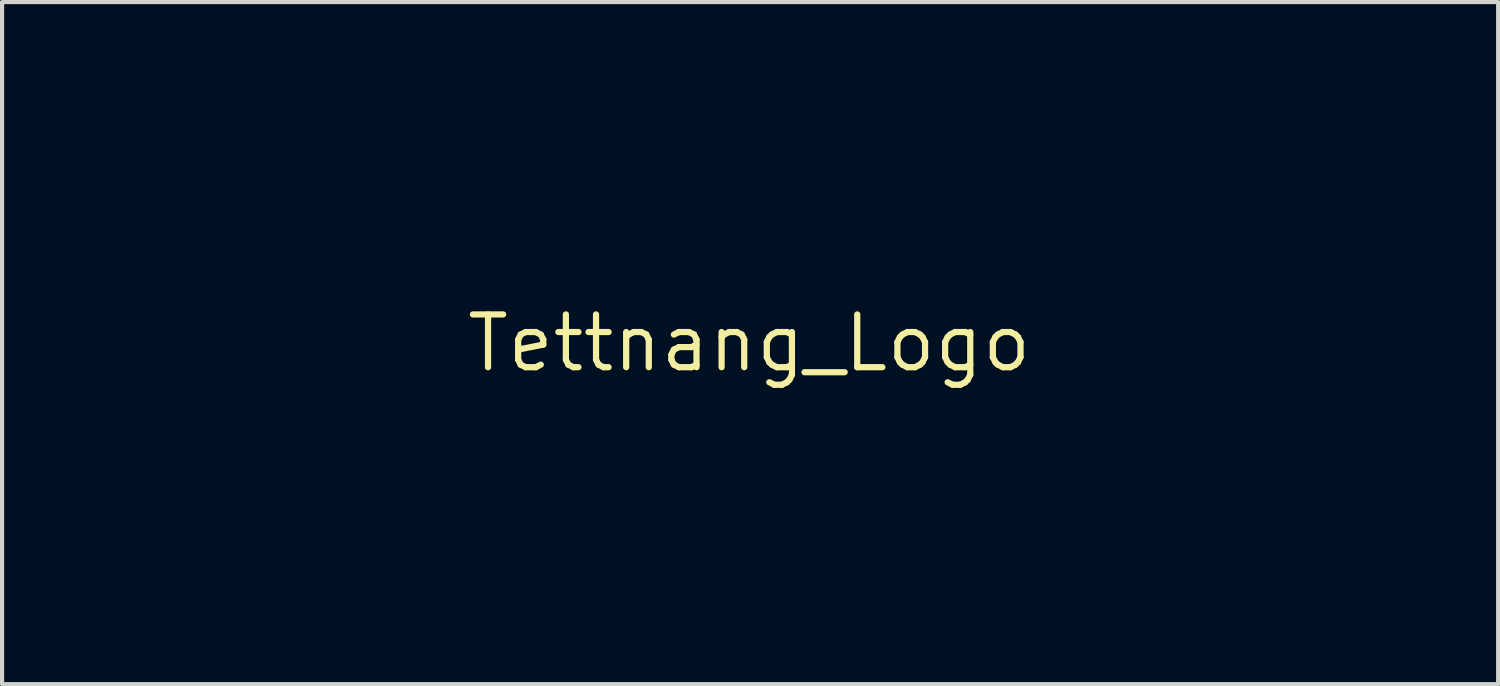
<source format=kicad_pcb>
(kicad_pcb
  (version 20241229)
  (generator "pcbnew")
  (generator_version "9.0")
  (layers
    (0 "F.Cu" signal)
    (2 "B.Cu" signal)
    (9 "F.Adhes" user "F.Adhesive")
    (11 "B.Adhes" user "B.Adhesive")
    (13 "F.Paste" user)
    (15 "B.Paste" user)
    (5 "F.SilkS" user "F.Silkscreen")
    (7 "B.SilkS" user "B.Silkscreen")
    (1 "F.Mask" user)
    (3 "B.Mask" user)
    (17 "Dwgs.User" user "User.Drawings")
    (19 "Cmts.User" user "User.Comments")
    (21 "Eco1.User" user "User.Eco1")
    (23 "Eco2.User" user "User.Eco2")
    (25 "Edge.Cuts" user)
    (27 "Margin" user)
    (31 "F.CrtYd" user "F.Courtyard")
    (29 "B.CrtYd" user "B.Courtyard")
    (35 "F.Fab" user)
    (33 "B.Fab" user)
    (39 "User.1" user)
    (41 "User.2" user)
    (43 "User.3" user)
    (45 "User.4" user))
  (footprint "Tettnang_Logo"
    (layer "F.Cu")
    (at 14.991 5.212)
    (property "Reference" "Tettnang_Logo" (at 0 0 0) (layer "F.SilkS") (effects (font (size 1.27 1.27) (thickness 0.15))))
    (attr through_hole)
    (fp_poly (pts (xy -1.82 1.524) (xy -2.074 1.524) (xy -2.074 0) (xy -1.82 0) (xy -1.82 1.524)) (stroke (width 0.01) (type solid)) (fill yes) (layer "B.Mask"))
    (fp_poly (pts (xy 7.535 1.524) (xy 7.281 1.524) (xy 7.281 -0.635) (xy 7.535 -0.635) (xy 7.535 1.524)) (stroke (width 0.01) (type solid)) (fill yes) (layer "B.Mask"))
    (fp_poly (pts (xy 4.784 2.921) (xy 4.276 2.921) (xy 4.276 4.572) (xy 3.641 4.572) (xy 3.641 2.921) (xy 3.09 2.921) (xy 3.09 2.413) (xy 4.784 2.413) (xy 4.784 2.921)) (stroke (width 0.01) (type solid)) (fill yes) (layer "B.Mask"))
    (fp_poly (pts (xy 6.773 2.921) (xy 6.223 2.921) (xy 6.223 4.53) (xy 5.63 4.53) (xy 5.63 2.921) (xy 5.038 2.921) (xy 5.038 2.371) (xy 6.773 2.371) (xy 6.773 2.921)) (stroke (width 0.01) (type solid)) (fill yes) (layer "B.Mask"))
    (fp_poly (pts (xy -1.862 -0.627) (xy -1.827 -0.585) (xy -1.82 -0.487) (xy -1.827 -0.387) (xy -1.863 -0.346) (xy -1.947 -0.339) (xy -2.033 -0.347) (xy -2.068 -0.389) (xy -2.074 -0.487) (xy -2.067 -0.586) (xy -2.031 -0.627) (xy -1.947 -0.635) (xy -1.862 -0.627)) (stroke (width 0.01) (type solid)) (fill yes) (layer "B.Mask"))
    (fp_poly (pts (xy -3.678 4.098) (xy -3.583 4.185) (xy -3.543 4.304) (xy -3.565 4.433) (xy -3.648 4.54) (xy -3.78 4.607) (xy -3.913 4.591) (xy -4.014 4.516) (xy -4.093 4.385) (xy -4.097 4.254) (xy -4.036 4.145) (xy -3.918 4.077) (xy -3.82 4.064) (xy -3.678 4.098)) (stroke (width 0.01) (type solid)) (fill yes) (layer "B.Mask"))
    (fp_poly (pts (xy 2.286 -0.017) (xy 2.393 0.019) (xy 2.487 0.049) (xy 2.537 0.047) (xy 2.54 0.04) (xy 2.577 0.012) (xy 2.665 0.000002) (xy 2.667 0) (xy 2.794 0) (xy 2.794 1.524) (xy 2.54 1.524) (xy 2.538 1.027) (xy 2.531 0.742) (xy 2.513 0.53) (xy 2.48 0.379) (xy 2.428 0.28) (xy 2.355 0.219) (xy 2.296 0.196) (xy 2.137 0.179) (xy 2.019 0.221) (xy 1.955 0.318) (xy 1.947 0.38) (xy 1.937 0.47) (xy 1.888 0.504) (xy 1.82 0.508) (xy 1.734 0.499) (xy 1.7 0.456) (xy 1.693 0.363) (xy 1.706 0.205) (xy 1.754 0.102) (xy 1.849 0.028) (xy 1.866 0.02) (xy 2.065 -0.037) (xy 2.286 -0.017)) (stroke (width 0.01) (type solid)) (fill yes) (layer "B.Mask"))
    (fp_poly (pts (xy 2.603 3.053) (xy 2.741 3.115) (xy 2.81 3.154) (xy 2.834 3.142) (xy 2.836 3.112) (xy 2.873 3.062) (xy 2.963 3.048) (xy 3.09 3.048) (xy 3.09 4.572) (xy 2.836 4.572) (xy 2.836 4.091) (xy 2.831 3.804) (xy 2.812 3.59) (xy 2.773 3.439) (xy 2.708 3.342) (xy 2.611 3.286) (xy 2.477 3.263) (xy 2.376 3.26) (xy 2.251 3.264) (xy 2.161 3.283) (xy 2.099 3.33) (xy 2.061 3.417) (xy 2.041 3.555) (xy 2.033 3.755) (xy 2.032 3.982) (xy 2.032 4.572) (xy 1.778 4.572) (xy 1.778 3.916) (xy 1.779 3.663) (xy 1.783 3.482) (xy 1.791 3.356) (xy 1.805 3.274) (xy 1.826 3.22) (xy 1.857 3.181) (xy 1.86 3.177) (xy 2.004 3.086) (xy 2.195 3.033) (xy 2.404 3.022) (xy 2.603 3.053)) (stroke (width 0.01) (type solid)) (fill yes) (layer "B.Mask"))
    (fp_poly (pts (xy -12.065 0.529) (xy -12.062 0.796) (xy -12.05 0.99) (xy -12.021 1.123) (xy -11.971 1.205) (xy -11.892 1.25) (xy -11.778 1.267) (xy -11.668 1.27) (xy -11.545 1.266) (xy -11.456 1.247) (xy -11.394 1.202) (xy -11.354 1.117) (xy -11.331 0.982) (xy -11.317 0.784) (xy -11.31 0.545) (xy -11.293 -0.042) (xy -11.049 -0.042) (xy -11.049 0.497) (xy -11.055 0.804) (xy -11.071 1.037) (xy -11.102 1.207) (xy -11.149 1.326) (xy -11.215 1.404) (xy -11.236 1.42) (xy -11.361 1.47) (xy -11.532 1.5) (xy -11.711 1.507) (xy -11.86 1.485) (xy -11.867 1.483) (xy -11.979 1.436) (xy -12.054 1.389) (xy -12.103 1.356) (xy -12.103 1.387) (xy -12.095 1.408) (xy -12.09 1.458) (xy -12.139 1.479) (xy -12.214 1.482) (xy -12.361 1.482) (xy -12.361 -0.042) (xy -12.065 -0.042) (xy -12.065 0.529)) (stroke (width 0.01) (type solid)) (fill yes) (layer "B.Mask"))
    (fp_poly (pts (xy -6.382 -0.034) (xy -6.244 -0.021) (xy -6.245 0.596) (xy -6.247 0.849) (xy -6.253 1.033) (xy -6.265 1.161) (xy -6.284 1.25) (xy -6.311 1.312) (xy -6.319 1.324) (xy -6.434 1.429) (xy -6.604 1.495) (xy -6.805 1.516) (xy -7.015 1.488) (xy -7.041 1.481) (xy -7.15 1.437) (xy -7.221 1.395) (xy -7.269 1.368) (xy -7.281 1.412) (xy -7.281 1.413) (xy -7.312 1.466) (xy -7.408 1.482) (xy -7.535 1.482) (xy -7.535 -0.042) (xy -7.281 -0.042) (xy -7.281 0.413) (xy -7.273 0.72) (xy -7.248 0.95) (xy -7.206 1.109) (xy -7.144 1.205) (xy -7.113 1.227) (xy -7.013 1.256) (xy -6.875 1.268) (xy -6.733 1.264) (xy -6.617 1.243) (xy -6.57 1.219) (xy -6.547 1.157) (xy -6.531 1.02) (xy -6.522 0.807) (xy -6.519 0.56) (xy -6.519 -0.048) (xy -6.382 -0.034)) (stroke (width 0.01) (type solid)) (fill yes) (layer "B.Mask"))
    (fp_poly (pts (xy -0.815 3.039) (xy -0.644 3.094) (xy -0.603 3.117) (xy -0.534 3.154) (xy -0.51 3.14) (xy -0.508 3.112) (xy -0.472 3.062) (xy -0.381 3.048) (xy -0.254 3.048) (xy -0.254 4.577) (xy -0.392 4.564) (xy -0.529 4.551) (xy -0.541 4.002) (xy -0.547 3.773) (xy -0.556 3.612) (xy -0.57 3.504) (xy -0.591 3.432) (xy -0.623 3.38) (xy -0.644 3.356) (xy -0.728 3.292) (xy -0.842 3.264) (xy -0.941 3.26) (xy -1.078 3.262) (xy -1.176 3.276) (xy -1.242 3.313) (xy -1.282 3.387) (xy -1.303 3.509) (xy -1.311 3.691) (xy -1.312 3.945) (xy -1.312 4.572) (xy -1.566 4.572) (xy -1.566 3.921) (xy -1.565 3.664) (xy -1.56 3.479) (xy -1.551 3.35) (xy -1.535 3.264) (xy -1.512 3.206) (xy -1.492 3.178) (xy -1.376 3.093) (xy -1.207 3.041) (xy -1.012 3.022) (xy -0.815 3.039)) (stroke (width 0.01) (type solid)) (fill yes) (layer "B.Mask"))
    (fp_poly (pts (xy -0.68 -0.01) (xy -0.555 0.026) (xy -0.527 0.044) (xy -0.464 0.081) (xy -0.435 0.054) (xy -0.434 0.053) (xy -0.384 0.017) (xy -0.285 0.000231) (xy -0.272 0) (xy -0.127 0) (xy -0.127 1.524) (xy -0.423 1.524) (xy -0.423 0.972) (xy -0.424 0.745) (xy -0.428 0.587) (xy -0.438 0.481) (xy -0.456 0.411) (xy -0.486 0.361) (xy -0.527 0.316) (xy -0.611 0.25) (xy -0.712 0.219) (xy -0.857 0.212) (xy -0.995 0.221) (xy -1.1 0.244) (xy -1.135 0.262) (xy -1.158 0.325) (xy -1.174 0.462) (xy -1.183 0.676) (xy -1.185 0.919) (xy -1.185 1.524) (xy -1.482 1.524) (xy -1.477 0.963) (xy -1.472 0.685) (xy -1.464 0.478) (xy -1.447 0.328) (xy -1.421 0.223) (xy -1.383 0.149) (xy -1.329 0.092) (xy -1.301 0.07) (xy -1.186 0.019) (xy -1.025 -0.012) (xy -0.847 -0.022) (xy -0.68 -0.01)) (stroke (width 0.01) (type solid)) (fill yes) (layer "B.Mask"))
    (fp_poly (pts (xy -5.073 -0.042) (xy -5.021 0.168) (xy -4.975 0.346) (xy -4.938 0.476) (xy -4.914 0.544) (xy -4.909 0.55) (xy -4.891 0.512) (xy -4.858 0.405) (xy -4.814 0.245) (xy -4.763 0.046) (xy -4.757 0.021) (xy -4.318 0.021) (xy -4.297 0.042) (xy -4.276 0.021) (xy -4.297 0) (xy -4.318 0.021) (xy -4.757 0.021) (xy -4.741 -0.042) (xy -4.597 -0.635) (xy -3.852 -0.635) (xy -3.852 1.524) (xy -4.318 1.524) (xy -4.322 0.836) (xy -4.325 0.148) (xy -4.464 0.656) (xy -4.523 0.871) (xy -4.579 1.075) (xy -4.625 1.243) (xy -4.654 1.346) (xy -4.703 1.528) (xy -4.919 1.516) (xy -5.134 1.503) (xy -5.293 0.91) (xy -5.351 0.692) (xy -5.403 0.497) (xy -5.444 0.344) (xy -5.469 0.249) (xy -5.473 0.233) (xy -5.48 0.244) (xy -5.487 0.328) (xy -5.492 0.472) (xy -5.497 0.666) (xy -5.498 0.836) (xy -5.503 1.524) (xy -5.969 1.524) (xy -5.969 -0.635) (xy -5.213 -0.635) (xy -5.073 -0.042)) (stroke (width 0.01) (type solid)) (fill yes) (layer "B.Mask"))
    (fp_poly (pts (xy 5.282 0.434) (xy 5.271 1.503) (xy 5.133 1.516) (xy 4.995 1.529) (xy 4.995 1.167) (xy 4.992 1.004) (xy 4.983 0.88) (xy 4.97 0.813) (xy 4.964 0.807) (xy 4.924 0.838) (xy 4.842 0.921) (xy 4.73 1.041) (xy 4.616 1.167) (xy 4.475 1.323) (xy 4.374 1.426) (xy 4.298 1.486) (xy 4.232 1.515) (xy 4.162 1.524) (xy 4.139 1.524) (xy 4.037 1.517) (xy 3.982 1.499) (xy 3.979 1.493) (xy 4.008 1.453) (xy 4.085 1.366) (xy 4.2 1.244) (xy 4.341 1.099) (xy 4.36 1.079) (xy 4.742 0.697) (xy 4.424 0.381) (xy 4.293 0.248) (xy 4.189 0.137) (xy 4.123 0.06) (xy 4.106 0.033) (xy 4.144 0.012) (xy 4.236 0.003) (xy 4.265 0.002) (xy 4.347 0.01) (xy 4.419 0.038) (xy 4.497 0.1) (xy 4.601 0.208) (xy 4.678 0.295) (xy 4.793 0.424) (xy 4.889 0.524) (xy 4.95 0.581) (xy 4.964 0.589) (xy 4.975 0.551) (xy 4.984 0.442) (xy 4.991 0.279) (xy 4.995 0.075) (xy 4.995 -0.021) (xy 4.995 -0.635) (xy 5.293 -0.635) (xy 5.282 0.434)) (stroke (width 0.01) (type solid)) (fill yes) (layer "B.Mask"))
    (fp_poly (pts (xy -2.455 1.524) (xy -2.709 1.524) (xy -2.709 1.164) (xy -2.713 1.002) (xy -2.722 0.877) (xy -2.735 0.811) (xy -2.741 0.805) (xy -2.78 0.835) (xy -2.862 0.916) (xy -2.975 1.036) (xy -3.09 1.164) (xy -3.231 1.321) (xy -3.333 1.424) (xy -3.409 1.485) (xy -3.475 1.514) (xy -3.545 1.523) (xy -3.567 1.523) (xy -3.669 1.517) (xy -3.723 1.501) (xy -3.725 1.497) (xy -3.698 1.457) (xy -3.622 1.37) (xy -3.51 1.248) (xy -3.373 1.103) (xy -3.365 1.096) (xy -3.227 0.95) (xy -3.114 0.825) (xy -3.036 0.733) (xy -3.006 0.689) (xy -3.006 0.688) (xy -3.034 0.646) (xy -3.11 0.559) (xy -3.221 0.442) (xy -3.302 0.36) (xy -3.428 0.232) (xy -3.527 0.125) (xy -3.587 0.053) (xy -3.598 0.033) (xy -3.561 0.011) (xy -3.47 0.000223) (xy -3.453 0) (xy -3.376 0.008) (xy -3.304 0.04) (xy -3.22 0.107) (xy -3.107 0.222) (xy -3.04 0.296) (xy -2.921 0.424) (xy -2.822 0.525) (xy -2.757 0.583) (xy -2.741 0.592) (xy -2.73 0.553) (xy -2.72 0.443) (xy -2.713 0.279) (xy -2.71 0.074) (xy -2.709 -0.021) (xy -2.709 -0.635) (xy -2.455 -0.635) (xy -2.455 1.524)) (stroke (width 0.01) (type solid)) (fill yes) (layer "B.Mask"))
    (fp_poly (pts (xy 7.579 3.042) (xy 7.74 3.078) (xy 7.821 3.118) (xy 7.924 3.242) (xy 7.996 3.43) (xy 8.034 3.663) (xy 8.034 3.926) (xy 7.997 4.192) (xy 7.946 4.352) (xy 7.864 4.462) (xy 7.738 4.53) (xy 7.556 4.563) (xy 7.345 4.569) (xy 7.172 4.563) (xy 7.023 4.551) (xy 6.926 4.534) (xy 6.915 4.53) (xy 6.793 4.44) (xy 6.711 4.301) (xy 6.689 4.182) (xy 6.7 4.098) (xy 6.753 4.067) (xy 6.816 4.064) (xy 6.909 4.078) (xy 6.942 4.128) (xy 6.943 4.146) (xy 6.973 4.256) (xy 7.068 4.325) (xy 7.233 4.357) (xy 7.327 4.36) (xy 7.525 4.343) (xy 7.655 4.285) (xy 7.726 4.179) (xy 7.747 4.022) (xy 7.747 3.852) (xy 6.689 3.852) (xy 6.689 3.672) (xy 6.692 3.641) (xy 6.932 3.641) (xy 7.747 3.641) (xy 7.747 3.52) (xy 7.714 3.385) (xy 7.615 3.296) (xy 7.445 3.25) (xy 7.348 3.244) (xy 7.171 3.254) (xy 7.057 3.302) (xy 6.989 3.399) (xy 6.959 3.504) (xy 6.932 3.641) (xy 6.692 3.641) (xy 6.71 3.435) (xy 6.771 3.246) (xy 6.865 3.119) (xy 6.887 3.103) (xy 7.01 3.056) (xy 7.186 3.03) (xy 7.385 3.026) (xy 7.579 3.042)) (stroke (width 0.01) (type solid)) (fill yes) (layer "B.Mask"))
    (fp_poly (pts (xy 3.807 -0.374) (xy 3.843 -0.338) (xy 3.852 -0.248) (xy 3.852 -0.212) (xy 3.858 -0.103) (xy 3.885 -0.054) (xy 3.949 -0.042) (xy 3.958 -0.042) (xy 4.039 -0.025) (xy 4.064 0.044) (xy 4.064 0.064) (xy 4.047 0.144) (xy 3.978 0.169) (xy 3.958 0.169) (xy 3.852 0.169) (xy 3.852 0.755) (xy 3.851 0.994) (xy 3.846 1.162) (xy 3.836 1.275) (xy 3.819 1.347) (xy 3.793 1.393) (xy 3.775 1.411) (xy 3.678 1.46) (xy 3.532 1.495) (xy 3.37 1.508) (xy 3.229 1.496) (xy 3.107 1.43) (xy 3.014 1.305) (xy 2.966 1.146) (xy 2.963 1.095) (xy 2.969 0.989) (xy 2.998 0.942) (xy 3.069 0.931) (xy 3.088 0.931) (xy 3.17 0.94) (xy 3.209 0.983) (xy 3.225 1.085) (xy 3.225 1.09) (xy 3.239 1.192) (xy 3.275 1.237) (xy 3.359 1.248) (xy 3.408 1.249) (xy 3.577 1.249) (xy 3.601 0.169) (xy 3.303 0.169) (xy 3.148 0.168) (xy 3.059 0.159) (xy 3.018 0.136) (xy 3.006 0.092) (xy 3.006 0.064) (xy 3.01 0.008) (xy 3.035 -0.023) (xy 3.1 -0.038) (xy 3.223 -0.042) (xy 3.302 -0.042) (xy 3.598 -0.042) (xy 3.598 -0.212) (xy 3.603 -0.32) (xy 3.631 -0.369) (xy 3.698 -0.381) (xy 3.725 -0.381) (xy 3.807 -0.374)) (stroke (width 0.01) (type solid)) (fill yes) (layer "B.Mask"))
    (fp_poly (pts (xy 1.241 -0.007) (xy 1.378 0.063) (xy 1.467 0.182) (xy 1.518 0.36) (xy 1.538 0.608) (xy 1.541 0.751) (xy 1.533 1.002) (xy 1.506 1.185) (xy 1.451 1.313) (xy 1.364 1.401) (xy 1.237 1.464) (xy 1.224 1.469) (xy 1.06 1.503) (xy 0.853 1.516) (xy 0.643 1.507) (xy 0.476 1.477) (xy 0.366 1.432) (xy 0.287 1.362) (xy 0.235 1.255) (xy 0.205 1.096) (xy 0.192 0.874) (xy 0.191 0.712) (xy 0.191 0.651) (xy 0.43 0.651) (xy 0.434 0.83) (xy 0.452 1.003) (xy 0.482 1.141) (xy 0.514 1.214) (xy 0.591 1.249) (xy 0.743 1.268) (xy 0.849 1.27) (xy 1.009 1.266) (xy 1.107 1.251) (xy 1.167 1.219) (xy 1.204 1.176) (xy 1.241 1.09) (xy 1.262 0.951) (xy 1.27 0.745) (xy 1.27 0.71) (xy 1.263 0.486) (xy 1.236 0.334) (xy 1.178 0.239) (xy 1.079 0.189) (xy 0.929 0.171) (xy 0.85 0.169) (xy 0.669 0.181) (xy 0.553 0.225) (xy 0.485 0.316) (xy 0.445 0.467) (xy 0.442 0.491) (xy 0.43 0.651) (xy 0.191 0.651) (xy 0.191 0.499) (xy 0.196 0.353) (xy 0.208 0.256) (xy 0.23 0.191) (xy 0.266 0.14) (xy 0.308 0.096) (xy 0.374 0.038) (xy 0.444 0.001) (xy 0.541 -0.02) (xy 0.689 -0.032) (xy 0.786 -0.036) (xy 1.047 -0.037) (xy 1.241 -0.007)) (stroke (width 0.01) (type solid)) (fill yes) (layer "B.Mask"))
    (fp_poly (pts (xy -14.172 0.018) (xy -14.02 0.099) (xy -14.009 0.109) (xy -13.949 0.152) (xy -13.897 0.14) (xy -13.843 0.094) (xy -13.707 0.017) (xy -13.527 -0.019) (xy -13.332 -0.015) (xy -13.153 0.028) (xy -13.019 0.11) (xy -12.97 0.151) (xy -12.955 0.12) (xy -12.954 0.088) (xy -12.935 0.024) (xy -12.864 0.001) (xy -12.827 0) (xy -12.7 0) (xy -12.7 1.524) (xy -12.954 1.524) (xy -12.954 1.069) (xy -12.96 0.78) (xy -12.981 0.564) (xy -13.018 0.41) (xy -13.073 0.309) (xy -13.111 0.272) (xy -13.202 0.236) (xy -13.336 0.217) (xy -13.481 0.216) (xy -13.603 0.233) (xy -13.665 0.262) (xy -13.689 0.325) (xy -13.705 0.462) (xy -13.714 0.676) (xy -13.716 0.919) (xy -13.716 1.524) (xy -13.959 1.524) (xy -13.979 0.946) (xy -13.987 0.713) (xy -13.997 0.549) (xy -14.01 0.439) (xy -14.03 0.369) (xy -14.058 0.323) (xy -14.095 0.29) (xy -14.196 0.243) (xy -14.337 0.216) (xy -14.488 0.211) (xy -14.616 0.229) (xy -14.681 0.262) (xy -14.705 0.325) (xy -14.721 0.462) (xy -14.73 0.676) (xy -14.732 0.919) (xy -14.732 1.524) (xy -14.986 1.524) (xy -14.986 0.866) (xy -14.985 0.616) (xy -14.982 0.436) (xy -14.975 0.312) (xy -14.962 0.229) (xy -14.94 0.174) (xy -14.909 0.132) (xy -14.887 0.109) (xy -14.749 0.023) (xy -14.564 -0.02) (xy -14.363 -0.022) (xy -14.172 0.018)) (stroke (width 0.01) (type solid)) (fill yes) (layer "B.Mask"))
    (fp_poly (pts (xy 6.46 -0.033) (xy 6.658 0.004) (xy 6.795 0.085) (xy 6.882 0.219) (xy 6.928 0.416) (xy 6.942 0.685) (xy 6.943 0.703) (xy 6.935 0.963) (xy 6.909 1.154) (xy 6.862 1.288) (xy 6.787 1.379) (xy 6.716 1.426) (xy 6.578 1.471) (xy 6.389 1.5) (xy 6.183 1.51) (xy 5.991 1.499) (xy 5.884 1.478) (xy 5.719 1.396) (xy 5.617 1.272) (xy 5.588 1.138) (xy 5.599 1.052) (xy 5.65 1.02) (xy 5.715 1.016) (xy 5.81 1.031) (xy 5.842 1.082) (xy 5.842 1.092) (xy 5.863 1.181) (xy 5.935 1.236) (xy 6.068 1.264) (xy 6.223 1.27) (xy 6.417 1.261) (xy 6.544 1.226) (xy 6.62 1.154) (xy 6.662 1.036) (xy 6.671 0.984) (xy 6.699 0.804) (xy 5.578 0.804) (xy 5.59 0.593) (xy 5.831 0.593) (xy 6.26 0.593) (xy 6.46 0.59) (xy 6.59 0.582) (xy 6.661 0.567) (xy 6.687 0.541) (xy 6.689 0.532) (xy 6.67 0.429) (xy 6.625 0.313) (xy 6.571 0.223) (xy 6.548 0.203) (xy 6.482 0.185) (xy 6.359 0.174) (xy 6.239 0.17) (xy 6.066 0.178) (xy 5.958 0.213) (xy 5.895 0.288) (xy 5.86 0.417) (xy 5.856 0.441) (xy 5.831 0.593) (xy 5.59 0.593) (xy 5.595 0.508) (xy 5.609 0.341) (xy 5.634 0.231) (xy 5.678 0.151) (xy 5.728 0.095) (xy 5.795 0.036) (xy 5.867 -0.000033) (xy 5.967 -0.021) (xy 6.121 -0.032) (xy 6.192 -0.035) (xy 6.46 -0.033)) (stroke (width 0.01) (type solid)) (fill yes) (layer "B.Mask"))
    (fp_poly (pts (xy -9.867 -0.034) (xy -9.723 -0.014) (xy -9.676 -0.001) (xy -9.553 0.076) (xy -9.468 0.204) (xy -9.418 0.392) (xy -9.399 0.649) (xy -9.398 0.703) (xy -9.406 0.964) (xy -9.431 1.154) (xy -9.48 1.289) (xy -9.554 1.38) (xy -9.623 1.425) (xy -9.726 1.46) (xy -9.875 1.489) (xy -10.04 1.51) (xy -10.19 1.518) (xy -10.294 1.51) (xy -10.308 1.506) (xy -10.378 1.485) (xy -10.468 1.463) (xy -10.619 1.395) (xy -10.719 1.277) (xy -10.753 1.143) (xy -10.742 1.053) (xy -10.693 1.02) (xy -10.635 1.016) (xy -10.54 1.036) (xy -10.482 1.113) (xy -10.469 1.143) (xy -10.44 1.21) (xy -10.401 1.248) (xy -10.33 1.265) (xy -10.206 1.27) (xy -10.129 1.27) (xy -9.933 1.261) (xy -9.804 1.229) (xy -9.725 1.162) (xy -9.682 1.051) (xy -9.669 0.984) (xy -9.641 0.804) (xy -10.753 0.804) (xy -10.753 0.593) (xy -10.508 0.593) (xy -10.08 0.593) (xy -9.88 0.59) (xy -9.751 0.582) (xy -9.68 0.567) (xy -9.653 0.541) (xy -9.652 0.532) (xy -9.671 0.429) (xy -9.716 0.313) (xy -9.77 0.223) (xy -9.792 0.203) (xy -9.872 0.18) (xy -9.999 0.17) (xy -10.145 0.172) (xy -10.282 0.184) (xy -10.379 0.206) (xy -10.405 0.222) (xy -10.441 0.297) (xy -10.474 0.413) (xy -10.478 0.434) (xy -10.508 0.593) (xy -10.753 0.593) (xy -10.753 0.582) (xy -10.727 0.363) (xy -10.657 0.178) (xy -10.552 0.046) (xy -10.499 0.012) (xy -10.392 -0.017) (xy -10.232 -0.035) (xy -10.047 -0.041) (xy -9.867 -0.034)) (stroke (width 0.01) (type solid)) (fill yes) (layer "B.Mask"))
    (fp_poly (pts (xy -8.12 -0.02) (xy -7.998 0.025) (xy -7.919 0.101) (xy -7.869 0.213) (xy -7.867 0.218) (xy -7.839 0.405) (xy -7.865 0.573) (xy -7.938 0.7) (xy -8.005 0.75) (xy -8.098 0.778) (xy -8.247 0.805) (xy -8.426 0.826) (xy -8.482 0.831) (xy -8.66 0.847) (xy -8.772 0.864) (xy -8.833 0.887) (xy -8.863 0.924) (xy -8.873 0.955) (xy -8.881 1.11) (xy -8.817 1.221) (xy -8.68 1.288) (xy -8.47 1.312) (xy -8.466 1.312) (xy -8.283 1.289) (xy -8.154 1.222) (xy -8.09 1.12) (xy -8.086 1.077) (xy -8.072 1.003) (xy -8.012 0.976) (xy -7.959 0.974) (xy -7.871 0.983) (xy -7.837 1.028) (xy -7.832 1.112) (xy -7.867 1.286) (xy -7.972 1.412) (xy -8.119 1.48) (xy -8.302 1.51) (xy -8.523 1.518) (xy -8.739 1.504) (xy -8.878 1.477) (xy -9.024 1.4) (xy -9.112 1.268) (xy -9.144 1.075) (xy -9.144 1.051) (xy -9.126 0.873) (xy -9.065 0.748) (xy -8.95 0.668) (xy -8.769 0.623) (xy -8.636 0.609) (xy -8.468 0.596) (xy -8.324 0.582) (xy -8.232 0.57) (xy -8.228 0.569) (xy -8.147 0.515) (xy -8.105 0.414) (xy -8.112 0.295) (xy -8.129 0.251) (xy -8.163 0.207) (xy -8.218 0.182) (xy -8.314 0.174) (xy -8.473 0.178) (xy -8.48 0.178) (xy -8.641 0.188) (xy -8.739 0.204) (xy -8.793 0.234) (xy -8.825 0.284) (xy -8.826 0.286) (xy -8.897 0.364) (xy -8.985 0.381) (xy -9.069 0.368) (xy -9.099 0.312) (xy -9.102 0.261) (xy -9.082 0.143) (xy -9.016 0.06) (xy -8.895 0.005) (xy -8.706 -0.026) (xy -8.545 -0.036) (xy -8.298 -0.038) (xy -8.12 -0.02)) (stroke (width 0.01) (type solid)) (fill yes) (layer "B.Mask"))
    (fp_poly (pts (xy 0.956 3.025) (xy 1.156 3.07) (xy 1.288 3.149) (xy 1.363 3.272) (xy 1.383 3.355) (xy 1.395 3.458) (xy 1.376 3.503) (xy 1.309 3.513) (xy 1.278 3.514) (xy 1.181 3.499) (xy 1.14 3.445) (xy 1.135 3.419) (xy 1.081 3.317) (xy 0.96 3.251) (xy 0.783 3.228) (xy 0.702 3.231) (xy 0.534 3.264) (xy 0.433 3.338) (xy 0.387 3.464) (xy 0.381 3.566) (xy 0.385 3.668) (xy 0.406 3.704) (xy 0.455 3.689) (xy 0.463 3.684) (xy 0.556 3.66) (xy 0.703 3.646) (xy 0.877 3.642) (xy 1.049 3.649) (xy 1.189 3.666) (xy 1.244 3.681) (xy 1.358 3.759) (xy 1.424 3.893) (xy 1.446 4.078) (xy 1.437 4.268) (xy 1.396 4.396) (xy 1.314 4.482) (xy 1.269 4.509) (xy 1.148 4.545) (xy 0.976 4.566) (xy 0.786 4.571) (xy 0.61 4.558) (xy 0.49 4.531) (xy 0.404 4.511) (xy 0.381 4.531) (xy 0.344 4.56) (xy 0.256 4.572) (xy 0.254 4.572) (xy 0.127 4.572) (xy 0.127 4.088) (xy 0.375 4.088) (xy 0.394 4.207) (xy 0.454 4.295) (xy 0.476 4.309) (xy 0.596 4.343) (xy 0.75 4.357) (xy 0.909 4.353) (xy 1.043 4.331) (xy 1.119 4.294) (xy 1.168 4.199) (xy 1.184 4.072) (xy 1.165 3.955) (xy 1.135 3.903) (xy 1.064 3.875) (xy 0.937 3.858) (xy 0.783 3.853) (xy 0.631 3.86) (xy 0.508 3.88) (xy 0.463 3.896) (xy 0.398 3.973) (xy 0.375 4.088) (xy 0.127 4.088) (xy 0.127 3.96) (xy 0.13 3.704) (xy 0.14 3.49) (xy 0.155 3.332) (xy 0.175 3.244) (xy 0.175 3.243) (xy 0.266 3.139) (xy 0.423 3.063) (xy 0.628 3.021) (xy 0.867 3.017) (xy 0.956 3.025)) (stroke (width 0.01) (type solid)) (fill yes) (layer "B.Mask"))
    (fp_poly (pts (xy -2.29 3.055) (xy -2.13 3.118) (xy -2.018 3.23) (xy -1.948 3.4) (xy -1.914 3.636) (xy -1.907 3.822) (xy -1.921 4.091) (xy -1.968 4.29) (xy -2.052 4.429) (xy -2.154 4.506) (xy -2.287 4.548) (xy -2.461 4.57) (xy -2.644 4.569) (xy -2.806 4.547) (xy -2.912 4.506) (xy -2.969 4.47) (xy -2.997 4.479) (xy -3.005 4.547) (xy -3.006 4.633) (xy -2.986 4.804) (xy -2.92 4.915) (xy -2.797 4.976) (xy -2.607 4.995) (xy -2.593 4.995) (xy -2.424 4.989) (xy -2.319 4.965) (xy -2.259 4.914) (xy -2.224 4.827) (xy -2.221 4.815) (xy -2.182 4.73) (xy -2.105 4.701) (xy -2.065 4.699) (xy -1.983 4.704) (xy -1.953 4.736) (xy -1.959 4.82) (xy -1.966 4.858) (xy -2.016 4.997) (xy -2.098 5.11) (xy -2.1 5.112) (xy -2.162 5.159) (xy -2.236 5.187) (xy -2.342 5.201) (xy -2.503 5.206) (xy -2.574 5.205) (xy -2.784 5.198) (xy -2.948 5.177) (xy -3.043 5.148) (xy -3.109 5.106) (xy -3.16 5.055) (xy -3.198 4.985) (xy -3.225 4.884) (xy -3.242 4.742) (xy -3.252 4.548) (xy -3.257 4.29) (xy -3.258 3.969) (xy -3.258 3.798) (xy -3 3.798) (xy -2.983 3.983) (xy -2.944 4.147) (xy -2.884 4.268) (xy -2.824 4.318) (xy -2.667 4.354) (xy -2.496 4.353) (xy -2.347 4.318) (xy -2.284 4.282) (xy -2.238 4.238) (xy -2.209 4.181) (xy -2.194 4.092) (xy -2.187 3.951) (xy -2.185 3.812) (xy -2.186 3.625) (xy -2.193 3.503) (xy -2.211 3.426) (xy -2.243 3.375) (xy -2.281 3.34) (xy -2.401 3.282) (xy -2.556 3.257) (xy -2.716 3.265) (xy -2.847 3.304) (xy -2.897 3.341) (xy -2.958 3.455) (xy -2.992 3.615) (xy -3 3.798) (xy -3.258 3.798) (xy -3.26 3.048) (xy -3.133 3.048) (xy -3.033 3.066) (xy -3.006 3.112) (xy -2.996 3.15) (xy -2.952 3.139) (xy -2.891 3.102) (xy -2.779 3.054) (xy -2.621 3.033) (xy -2.505 3.033) (xy -2.29 3.055)) (stroke (width 0.01) (type solid)) (fill yes) (layer "B.Mask"))
    (fp_poly (pts (xy 14.326 -5.19) (xy 14.411 -5.14) (xy 14.469 -5.03) (xy 14.468 -4.897) (xy 14.411 -4.78) (xy 14.393 -4.763) (xy 14.371 -4.74) (xy 14.353 -4.709) (xy 14.339 -4.663) (xy 14.328 -4.592) (xy 14.321 -4.488) (xy 14.315 -4.342) (xy 14.312 -4.146) (xy 14.31 -3.892) (xy 14.309 -3.57) (xy 14.309 -3.173) (xy 14.309 -1.612) (xy 14.655 -1.6) (xy 14.859 -1.586) (xy 14.981 -1.562) (xy 15.018 -1.535) (xy 15.004 -1.508) (xy 14.934 -1.491) (xy 14.796 -1.483) (xy 14.672 -1.482) (xy 14.309 -1.482) (xy 14.309 -0.638) (xy 14.657 -0.626) (xy 14.833 -0.617) (xy 14.941 -0.603) (xy 14.998 -0.58) (xy 15.02 -0.543) (xy 15.02 -0.54) (xy 15.019 -0.504) (xy 14.986 -0.482) (xy 14.908 -0.47) (xy 14.767 -0.466) (xy 14.672 -0.466) (xy 14.309 -0.466) (xy 14.309 0.293) (xy 14.658 0.305) (xy 14.836 0.315) (xy 14.944 0.33) (xy 14.996 0.353) (xy 15.007 0.381) (xy 14.99 0.414) (xy 14.928 0.436) (xy 14.807 0.45) (xy 14.658 0.457) (xy 14.309 0.469) (xy 14.309 0.804) (xy 14.312 0.979) (xy 14.325 1.095) (xy 14.353 1.173) (xy 14.402 1.239) (xy 14.409 1.247) (xy 14.478 1.308) (xy 14.559 1.341) (xy 14.679 1.353) (xy 14.769 1.355) (xy 14.918 1.359) (xy 14.999 1.376) (xy 15.028 1.409) (xy 15.028 1.418) (xy 15.009 1.455) (xy 14.939 1.475) (xy 14.804 1.482) (xy 14.776 1.482) (xy 14.622 1.488) (xy 14.522 1.512) (xy 14.444 1.563) (xy 14.418 1.587) (xy 14.322 1.66) (xy 14.23 1.693) (xy 14.224 1.693) (xy 14.135 1.665) (xy 14.037 1.595) (xy 14.03 1.587) (xy 13.973 1.538) (xy 13.912 1.507) (xy 13.825 1.49) (xy 13.691 1.483) (xy 13.524 1.482) (xy 13.123 1.482) (xy 13.123 1.881) (xy 13.125 2.069) (xy 13.132 2.19) (xy 13.148 2.259) (xy 13.176 2.294) (xy 13.204 2.306) (xy 13.283 2.356) (xy 13.309 2.393) (xy 13.329 2.415) (xy 13.38 2.431) (xy 13.471 2.442) (xy 13.612 2.45) (xy 13.814 2.454) (xy 14.087 2.455) (xy 14.18 2.455) (xy 14.473 2.456) (xy 14.691 2.459) (xy 14.845 2.465) (xy 14.945 2.474) (xy 15.002 2.488) (xy 15.026 2.506) (xy 15.028 2.519) (xy 15.018 2.541) (xy 14.98 2.557) (xy 14.905 2.569) (xy 14.781 2.576) (xy 14.598 2.58) (xy 14.347 2.582) (xy 14.18 2.582) (xy 13.883 2.583) (xy 13.659 2.587) (xy 13.501 2.593) (xy 13.396 2.604) (xy 13.336 2.619) (xy 13.311 2.639) (xy 13.309 2.642) (xy 13.257 2.699) (xy 13.163 2.753) (xy 13.059 2.782) (xy 12.972 2.758) (xy 12.933 2.735) (xy 12.857 2.672) (xy 12.827 2.624) (xy 12.787 2.606) (xy 12.673 2.593) (xy 12.499 2.585) (xy 12.319 2.582) (xy 11.811 2.582) (xy 11.812 2.868) (xy 11.818 3.034) (xy 11.838 3.144) (xy 11.881 3.226) (xy 11.916 3.27) (xy 12.019 3.387) (xy 13.527 3.387) (xy 13.939 3.387) (xy 14.274 3.389) (xy 14.537 3.393) (xy 14.735 3.398) (xy 14.876 3.405) (xy 14.965 3.415) (xy 15.01 3.427) (xy 15.018 3.44) (xy 14.994 3.455) (xy 14.927 3.467) (xy 14.813 3.477) (xy 14.643 3.486) (xy 14.411 3.492) (xy 14.112 3.498) (xy 13.737 3.502) (xy 13.513 3.504) (xy 12.025 3.515) (xy 11.92 3.62) (xy 11.808 3.706) (xy 11.707 3.713) (xy 11.598 3.642) (xy 11.574 3.619) (xy 11.523 3.573) (xy 11.467 3.542) (xy 11.388 3.525) (xy 11.269 3.516) (xy 11.09 3.514) (xy 11.005 3.514) (xy 10.541 3.514) (xy 10.541 3.85) (xy 10.544 4.024) (xy 10.555 4.137) (xy 10.582 4.213) (xy 10.629 4.275) (xy 10.648 4.295) (xy 10.756 4.402) (xy 12.881 4.413) (xy 13.365 4.416) (xy 13.771 4.419) (xy 14.106 4.422) (xy 14.375 4.426) (xy 14.587 4.431) (xy 14.747 4.437) (xy 14.862 4.445) (xy 14.939 4.454) (xy 14.984 4.465) (xy 15.004 4.478) (xy 15.007 4.487) (xy 14.999 4.502) (xy 14.97 4.514) (xy 14.913 4.524) (xy 14.822 4.533) (xy 14.69 4.54) (xy 14.511 4.546) (xy 14.277 4.55) (xy 13.983 4.554) (xy 13.622 4.557) (xy 13.187 4.56) (xy 12.873 4.562) (xy 12.393 4.564) (xy 11.991 4.567) (xy 11.659 4.57) (xy 11.391 4.573) (xy 11.179 4.577) (xy 11.016 4.583) (xy 10.896 4.59) (xy 10.811 4.599) (xy 10.753 4.609) (xy 10.717 4.623) (xy 10.695 4.639) (xy 10.68 4.657) (xy 10.589 4.723) (xy 10.467 4.744) (xy 10.349 4.717) (xy 10.277 4.657) (xy 10.255 4.628) (xy 10.221 4.607) (xy 10.165 4.592) (xy 10.074 4.582) (xy 9.937 4.576) (xy 9.742 4.573) (xy 9.479 4.572) (xy 9.367 4.572) (xy 8.509 4.572) (xy 8.509 3.514) (xy 8.763 3.514) (xy 8.763 4.403) (xy 9.481 4.403) (xy 9.743 4.402) (xy 9.934 4.4) (xy 10.068 4.394) (xy 10.158 4.383) (xy 10.218 4.364) (xy 10.262 4.337) (xy 10.303 4.298) (xy 10.306 4.295) (xy 10.361 4.232) (xy 10.393 4.163) (xy 10.409 4.064) (xy 10.414 3.912) (xy 10.414 3.85) (xy 10.414 3.514) (xy 8.763 3.514) (xy 8.509 3.514) (xy 8.509 2.667) (xy 8.763 2.667) (xy 8.763 3.387) (xy 10.414 3.387) (xy 10.414 2.582) (xy 10.541 2.582) (xy 10.541 3.387) (xy 10.989 3.387) (xy 11.189 3.386) (xy 11.324 3.38) (xy 11.413 3.366) (xy 11.475 3.338) (xy 11.53 3.293) (xy 11.56 3.263) (xy 11.628 3.186) (xy 11.666 3.109) (xy 11.681 3.002) (xy 11.684 2.861) (xy 11.684 2.582) (xy 10.541 2.582) (xy 10.414 2.582) (xy 9.927 2.582) (xy 9.711 2.586) (xy 9.551 2.596) (xy 9.459 2.611) (xy 9.44 2.625) (xy 9.401 2.646) (xy 9.293 2.66) (xy 9.132 2.667) (xy 9.102 2.667) (xy 8.763 2.667) (xy 8.509 2.667) (xy 7.832 2.667) (xy 7.832 2.4) (xy 10.414 2.458) (xy 10.414 1.482) (xy 10.541 1.482) (xy 10.541 2.455) (xy 11.684 2.455) (xy 11.684 1.482) (xy 11.811 1.482) (xy 11.811 2.455) (xy 12.296 2.455) (xy 12.506 2.454) (xy 12.65 2.449) (xy 12.745 2.436) (xy 12.809 2.413) (xy 12.859 2.376) (xy 12.889 2.348) (xy 12.94 2.289) (xy 12.972 2.225) (xy 12.989 2.136) (xy 12.995 1.998) (xy 12.996 1.861) (xy 12.996 1.482) (xy 11.811 1.482) (xy 11.684 1.482) (xy 10.541 1.482) (xy 10.414 1.482) (xy 10.414 1.479) (xy 9.102 1.508) (xy 7.789 1.537) (xy 7.789 1.016) (xy 8.805 1.016) (xy 8.805 0.635) (xy 7.874 0.635) (xy 7.874 0.466) (xy 9.44 0.466) (xy 9.44 1.355) (xy 10.414 1.355) (xy 10.414 0.466) (xy 10.541 0.466) (xy 10.541 1.355) (xy 11.684 1.355) (xy 11.684 0.466) (xy 11.811 0.466) (xy 11.811 1.355) (xy 12.996 1.355) (xy 12.996 0.466) (xy 13.123 0.466) (xy 13.123 1.355) (xy 13.524 1.355) (xy 13.713 1.353) (xy 13.839 1.345) (xy 13.921 1.326) (xy 13.981 1.293) (xy 14.032 1.247) (xy 14.086 1.184) (xy 14.119 1.115) (xy 14.134 1.016) (xy 14.139 0.864) (xy 14.139 0.802) (xy 14.139 0.466) (xy 13.123 0.466) (xy 12.996 0.466) (xy 11.811 0.466) (xy 11.684 0.466) (xy 10.541 0.466) (xy 10.414 0.466) (xy 9.44 0.466) (xy 7.874 0.466) (xy 7.874 0.212) (xy 8.805 0.212) (xy 8.805 -0.127) (xy 7.832 -0.127) (xy 7.832 -0.466) (xy 9.44 -0.466) (xy 9.44 0.296) (xy 10.414 0.296) (xy 10.414 -0.466) (xy 10.541 -0.466) (xy 10.541 0.296) (xy 11.684 0.296) (xy 11.684 -0.466) (xy 11.811 -0.466) (xy 11.811 0.296) (xy 12.996 0.296) (xy 12.996 -0.466) (xy 13.123 -0.466) (xy 13.123 0.296) (xy 14.139 0.296) (xy 14.139 -0.466) (xy 13.123 -0.466) (xy 12.996 -0.466) (xy 11.811 -0.466) (xy 11.684 -0.466) (xy 10.541 -0.466) (xy 10.414 -0.466) (xy 9.44 -0.466) (xy 7.832 -0.466) (xy 7.832 -0.635) (xy 10.414 -0.635) (xy 10.414 -1.482) (xy 10.541 -1.482) (xy 10.541 -0.635) (xy 11.684 -0.635) (xy 11.684 -1.482) (xy 11.811 -1.482) (xy 11.811 -0.635) (xy 12.996 -0.635) (xy 12.996 -1.482) (xy 13.123 -1.482) (xy 13.123 -0.635) (xy 14.139 -0.635) (xy 14.139 -1.482) (xy 13.123 -1.482) (xy 12.996 -1.482) (xy 11.811 -1.482) (xy 11.684 -1.482) (xy 10.541 -1.482) (xy 10.414 -1.482) (xy 9.652 -1.482) (xy 9.377 -1.483) (xy 9.175 -1.486) (xy 9.037 -1.492) (xy 8.95 -1.503) (xy 8.905 -1.519) (xy 8.89 -1.541) (xy 8.89 -1.545) (xy 8.901 -1.568) (xy 8.94 -1.585) (xy 9.019 -1.596) (xy 9.148 -1.604) (xy 9.339 -1.607) (xy 9.601 -1.609) (xy 9.652 -1.609) (xy 10.414 -1.609) (xy 10.414 -4.526) (xy 10.308 -4.632) (xy 10.219 -4.76) (xy 10.216 -4.851) (xy 10.378 -4.851) (xy 10.388 -4.759) (xy 10.439 -4.706) (xy 10.503 -4.714) (xy 10.552 -4.772) (xy 10.562 -4.826) (xy 10.535 -4.918) (xy 10.488 -4.945) (xy 10.415 -4.925) (xy 10.378 -4.851) (xy 10.216 -4.851) (xy 10.215 -4.885) (xy 10.287 -4.995) (xy 10.413 -5.068) (xy 10.551 -5.066) (xy 10.668 -4.995) (xy 10.742 -4.876) (xy 10.732 -4.752) (xy 10.647 -4.632) (xy 10.541 -4.526) (xy 10.541 -1.609) (xy 11.684 -1.609) (xy 11.684 -3.933) (xy 11.578 -4.039) (xy 11.49 -4.162) (xy 11.486 -4.241) (xy 11.609 -4.241) (xy 11.633 -4.18) (xy 11.641 -4.17) (xy 11.724 -4.117) (xy 11.801 -4.137) (xy 11.845 -4.221) (xy 11.846 -4.223) (xy 11.828 -4.312) (xy 11.764 -4.351) (xy 11.679 -4.327) (xy 11.653 -4.305) (xy 11.609 -4.241) (xy 11.486 -4.241) (xy 11.483 -4.283) (xy 11.538 -4.393) (xy 11.637 -4.468) (xy 11.768 -4.485) (xy 11.9 -4.441) (xy 11.916 -4.43) (xy 11.981 -4.336) (xy 11.995 -4.212) (xy 11.96 -4.093) (xy 11.903 -4.03) (xy 11.876 -4.01) (xy 11.855 -3.983) (xy 11.839 -3.94) (xy 11.827 -3.871) (xy 11.82 -3.766) (xy 11.815 -3.616) (xy 11.812 -3.41) (xy 11.811 -3.139) (xy 11.811 -2.793) (xy 11.811 -1.609) (xy 12.996 -1.609) (xy 12.996 -3.891) (xy 12.89 -3.997) (xy 12.806 -4.103) (xy 12.801 -4.147) (xy 12.956 -4.147) (xy 12.982 -4.092) (xy 13.058 -4.064) (xy 13.141 -4.084) (xy 13.181 -4.126) (xy 13.173 -4.205) (xy 13.114 -4.272) (xy 13.036 -4.295) (xy 13.016 -4.291) (xy 12.965 -4.233) (xy 12.956 -4.147) (xy 12.801 -4.147) (xy 12.794 -4.198) (xy 12.854 -4.309) (xy 12.872 -4.333) (xy 12.988 -4.425) (xy 13.116 -4.437) (xy 13.241 -4.37) (xy 13.25 -4.36) (xy 13.324 -4.237) (xy 13.319 -4.107) (xy 13.236 -3.992) (xy 13.229 -3.987) (xy 13.123 -3.904) (xy 13.123 -1.609) (xy 14.139 -1.609) (xy 14.139 -3.147) (xy 14.139 -3.549) (xy 14.138 -3.875) (xy 14.137 -4.133) (xy 14.133 -4.332) (xy 14.128 -4.48) (xy 14.12 -4.586) (xy 14.11 -4.659) (xy 14.096 -4.707) (xy 14.078 -4.738) (xy 14.056 -4.761) (xy 14.055 -4.763) (xy 13.983 -4.88) (xy 13.978 -5.016) (xy 14.112 -5.016) (xy 14.117 -4.939) (xy 14.162 -4.861) (xy 14.224 -4.826) (xy 14.224 -4.826) (xy 14.275 -4.855) (xy 14.308 -4.889) (xy 14.342 -4.978) (xy 14.307 -5.051) (xy 14.224 -5.08) (xy 14.142 -5.053) (xy 14.112 -5.016) (xy 13.978 -5.016) (xy 13.978 -5.025) (xy 14.014 -5.125) (xy 14.088 -5.185) (xy 14.204 -5.207) (xy 14.326 -5.19)) (stroke (width 0.01) (type solid)) (fill yes) (layer "B.Mask")))
  (gr_rect
    (start -3 -3)
    (end 33.024 13.423)
    (stroke (width 0.1) (type default))
    (fill no)
    (layer "Edge.Cuts")))
</source>
